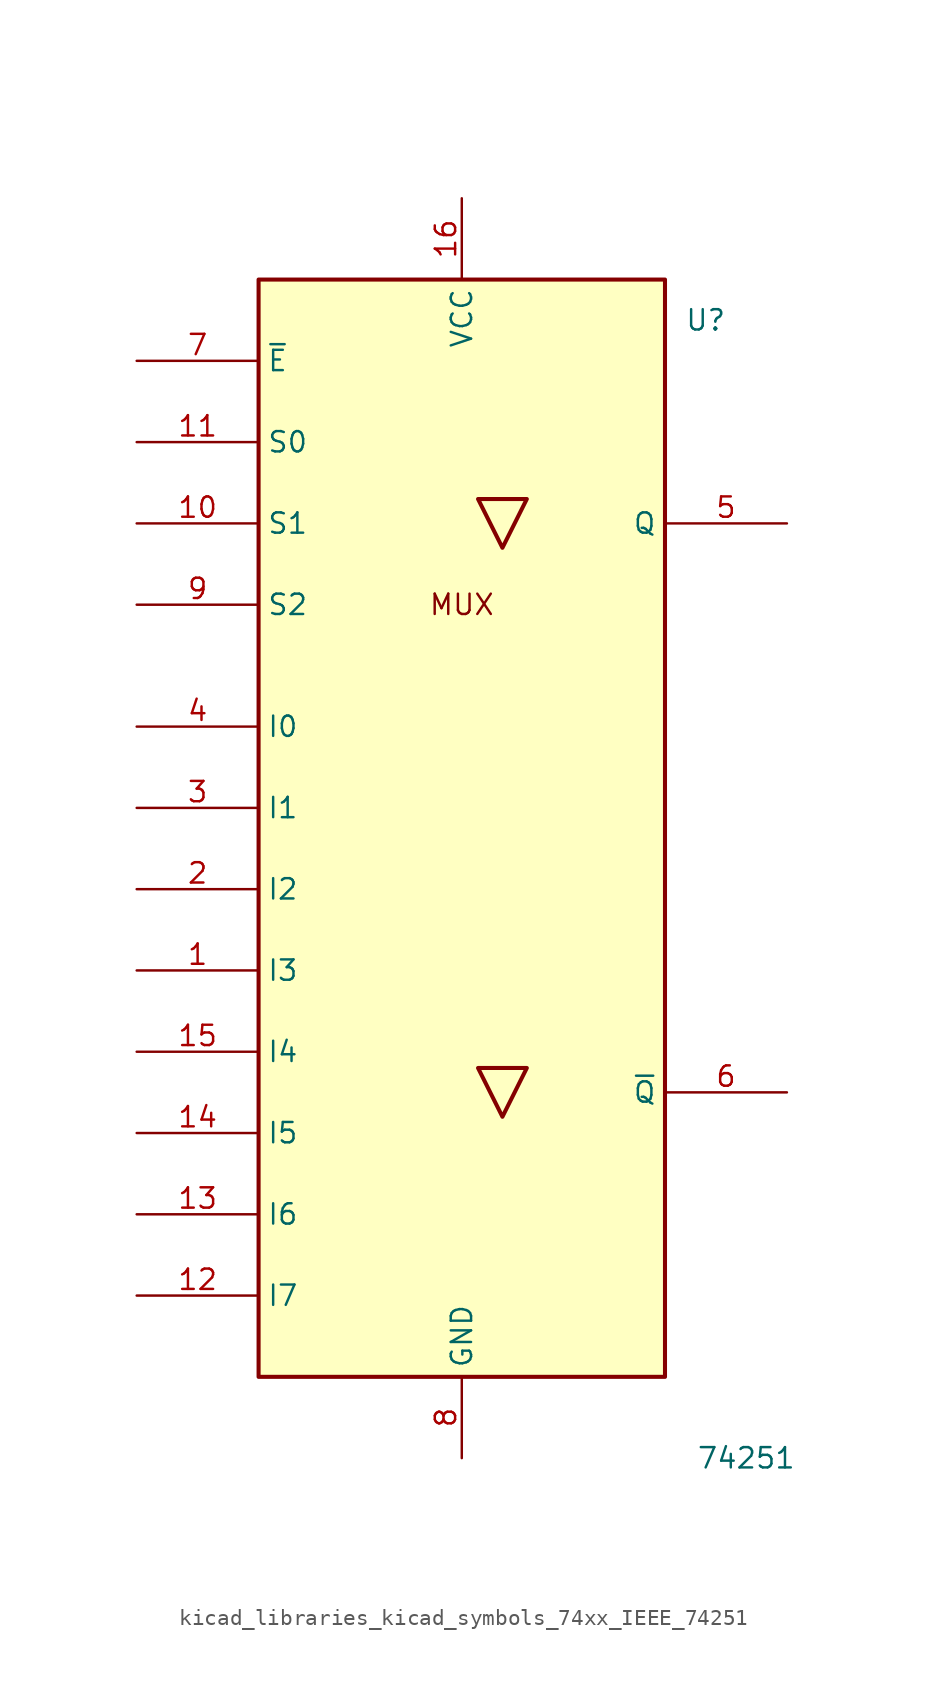
<source format=kicad_sym>
(kicad_symbol_lib
  (version 20220914)
  (generator kicad_symbol_editor)
  (symbol "kicad_libraries_kicad_symbols_74xx_IEEE_74251"
    (property "Reference" "U"
      (at 15.24 30.48 0)
      (effects (font (size 1.27 1.27))))
    (property "Value" "74251"
      (at 17.78 -40.64 0)
      (effects (font (size 1.27 1.27))))
    (symbol "kicad_libraries_kicad_symbols_74xx_IEEE_74251_0_0"
      (rectangle (start -12.7 33.02) (end 12.7 -35.56) (stroke (width 0.254) (type default)) (fill (type background)))
      (polyline (pts (xy 4.064 -16.256) (xy 1.016 -16.256) (xy 2.54 -19.304) (xy 4.064 -16.256) (xy 4.064 -16.256)) (stroke (width 0.254) (type default)) (fill (type background)))
      (polyline (pts (xy 4.064 19.304) (xy 1.016 19.304) (xy 2.54 16.256) (xy 4.064 19.304) (xy 4.064 19.304)) (stroke (width 0.254) (type default)) (fill (type background)))
      (text "MUX" (at 0 12.7 0) (effects (font (size 1.27 1.27))))
      (pin power_in line (at 0 38.1 270) (length 5.08) (name "VCC" (effects (font (size 1.27 1.27)))) (number "16" (effects (font (size 1.27 1.27)))))
      (pin power_in line (at 0 -40.64 90) (length 5.08) (name "GND" (effects (font (size 1.27 1.27)))) (number "8" (effects (font (size 1.27 1.27))))))
    (symbol "kicad_libraries_kicad_symbols_74xx_IEEE_74251_1_1"
      (pin input line (at -20.32 -10.16 0) (length 7.62) (name "I3" (effects (font (size 1.27 1.27)))) (number "1" (effects (font (size 1.27 1.27)))))
      (pin input line (at -20.32 17.78 0) (length 7.62) (name "S1" (effects (font (size 1.27 1.27)))) (number "10" (effects (font (size 1.27 1.27)))))
      (pin input line (at -20.32 22.86 0) (length 7.62) (name "S0" (effects (font (size 1.27 1.27)))) (number "11" (effects (font (size 1.27 1.27)))))
      (pin input line (at -20.32 -30.48 0) (length 7.62) (name "I7" (effects (font (size 1.27 1.27)))) (number "12" (effects (font (size 1.27 1.27)))))
      (pin input line (at -20.32 -25.4 0) (length 7.62) (name "I6" (effects (font (size 1.27 1.27)))) (number "13" (effects (font (size 1.27 1.27)))))
      (pin input line (at -20.32 -20.32 0) (length 7.62) (name "I5" (effects (font (size 1.27 1.27)))) (number "14" (effects (font (size 1.27 1.27)))))
      (pin input line (at -20.32 -15.24 0) (length 7.62) (name "I4" (effects (font (size 1.27 1.27)))) (number "15" (effects (font (size 1.27 1.27)))))
      (pin input line (at -20.32 -5.08 0) (length 7.62) (name "I2" (effects (font (size 1.27 1.27)))) (number "2" (effects (font (size 1.27 1.27)))))
      (pin input line (at -20.32 0 0) (length 7.62) (name "I1" (effects (font (size 1.27 1.27)))) (number "3" (effects (font (size 1.27 1.27)))))
      (pin input line (at -20.32 5.08 0) (length 7.62) (name "I0" (effects (font (size 1.27 1.27)))) (number "4" (effects (font (size 1.27 1.27)))))
      (pin tri_state line (at 20.32 17.78 180) (length 7.62) (name "Q" (effects (font (size 1.27 1.27)))) (number "5" (effects (font (size 1.27 1.27)))))
      (pin tri_state line (at 20.32 -17.78 180) (length 7.62) (name "~{Q}" (effects (font (size 1.27 1.27)))) (number "6" (effects (font (size 1.27 1.27)))))
      (pin input line (at -20.32 27.94 0) (length 7.62) (name "~{E}" (effects (font (size 1.27 1.27)))) (number "7" (effects (font (size 1.27 1.27)))))
      (pin input line (at -20.32 12.7 0) (length 7.62) (name "S2" (effects (font (size 1.27 1.27)))) (number "9" (effects (font (size 1.27 1.27))))))))
</source>
